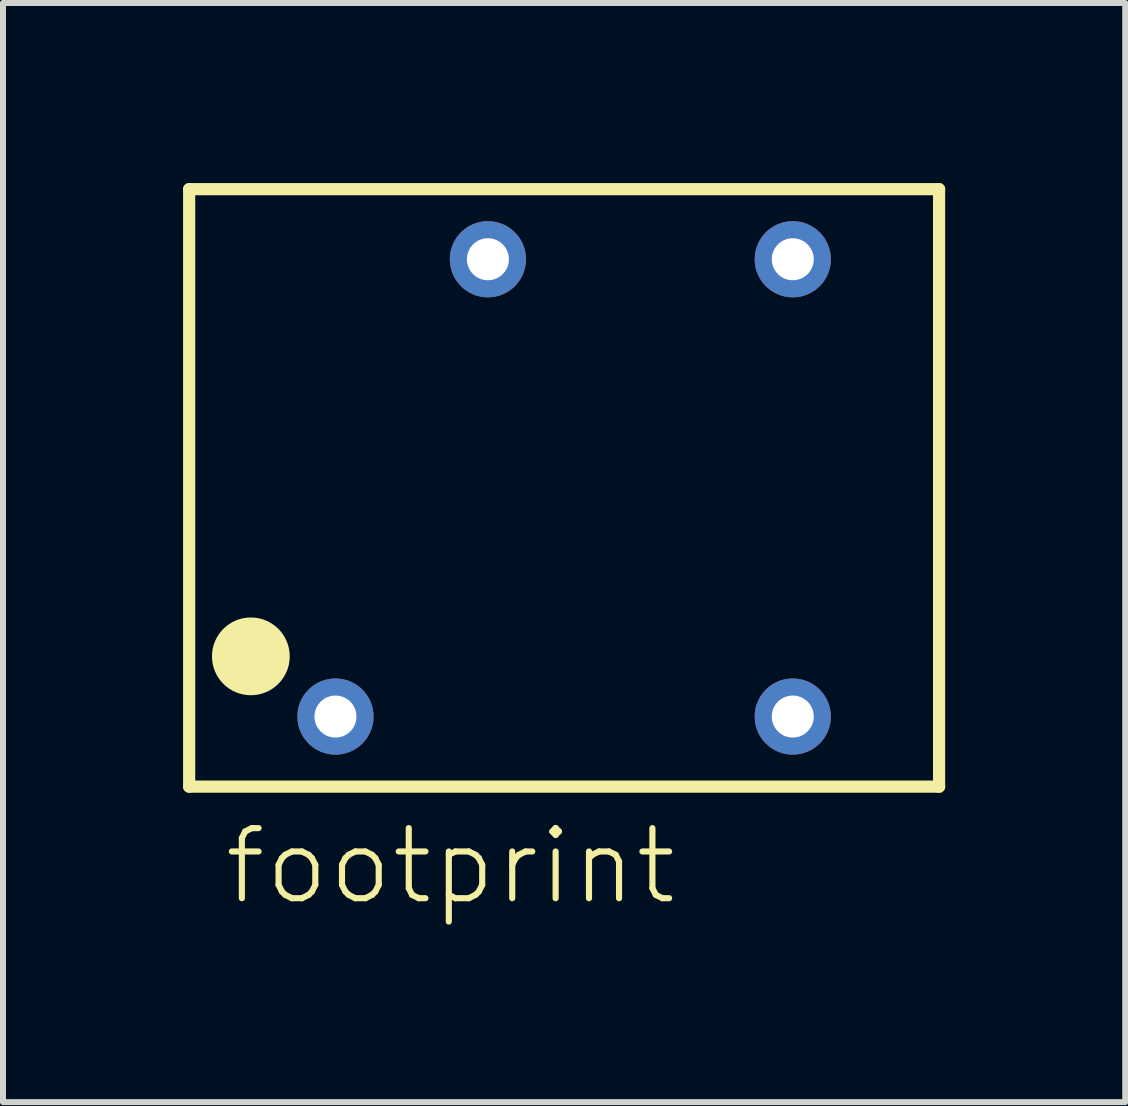
<source format=kicad_pcb>
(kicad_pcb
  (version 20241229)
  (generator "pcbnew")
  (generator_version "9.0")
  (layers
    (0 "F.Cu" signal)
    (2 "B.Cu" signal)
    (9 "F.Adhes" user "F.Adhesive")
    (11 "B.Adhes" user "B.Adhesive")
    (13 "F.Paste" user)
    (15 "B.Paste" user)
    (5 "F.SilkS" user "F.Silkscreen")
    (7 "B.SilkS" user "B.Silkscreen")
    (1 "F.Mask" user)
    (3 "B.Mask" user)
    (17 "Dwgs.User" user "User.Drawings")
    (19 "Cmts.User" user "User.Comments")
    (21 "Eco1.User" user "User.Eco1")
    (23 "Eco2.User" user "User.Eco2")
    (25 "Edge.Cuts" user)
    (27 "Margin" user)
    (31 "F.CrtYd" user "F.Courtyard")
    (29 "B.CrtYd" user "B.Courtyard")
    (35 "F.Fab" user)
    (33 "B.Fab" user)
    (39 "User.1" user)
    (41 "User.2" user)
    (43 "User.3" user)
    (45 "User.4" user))
  (footprint "footprint"
    (layer "F.Cu")
    (at 6.35 5.08)
    (property "Reference" "footprint" (at -5.715 6.985 0) (layer "F.SilkS") (effects (font (size 1.168 1.168) (thickness 0.102)) (justify left bottom)))
    (fp_line (start -6.248 -4.978) (end 6.248 -4.978) (stroke (width 0.203) (type solid)) (layer "F.SilkS"))
    (fp_line (start -6.248 4.978) (end -6.248 -4.978) (stroke (width 0.203) (type solid)) (layer "F.SilkS"))
    (fp_line (start 6.248 -4.978) (end 6.248 4.978) (stroke (width 0.203) (type solid)) (layer "F.SilkS"))
    (fp_line (start 6.248 4.978) (end -6.248 4.978) (stroke (width 0.203) (type solid)) (layer "F.SilkS"))
    (fp_circle (center -5.22 2.807) (end -4.896 2.807) (stroke (width 0.648) (type solid)) (fill yes) (layer "F.SilkS"))
    (pad "1" thru_hole circle (at -3.81 3.81) (size 1.27 1.27) (drill 0.7) (layers "*.Cu" "*.Mask"))
    (pad "4" thru_hole circle (at 3.81 3.81) (size 1.27 1.27) (drill 0.7) (layers "*.Cu" "*.Mask"))
    (pad "5" thru_hole circle (at 3.81 -3.81) (size 1.27 1.27) (drill 0.7) (layers "*.Cu" "*.Mask"))
    (pad "7" thru_hole circle (at -1.27 -3.81) (size 1.27 1.27) (drill 0.7) (layers "*.Cu" "*.Mask")))
  (gr_rect
    (start -3 -3)
    (end 15.7 15.315)
    (stroke (width 0.1) (type default))
    (fill no)
    (layer "Edge.Cuts")))
</source>
